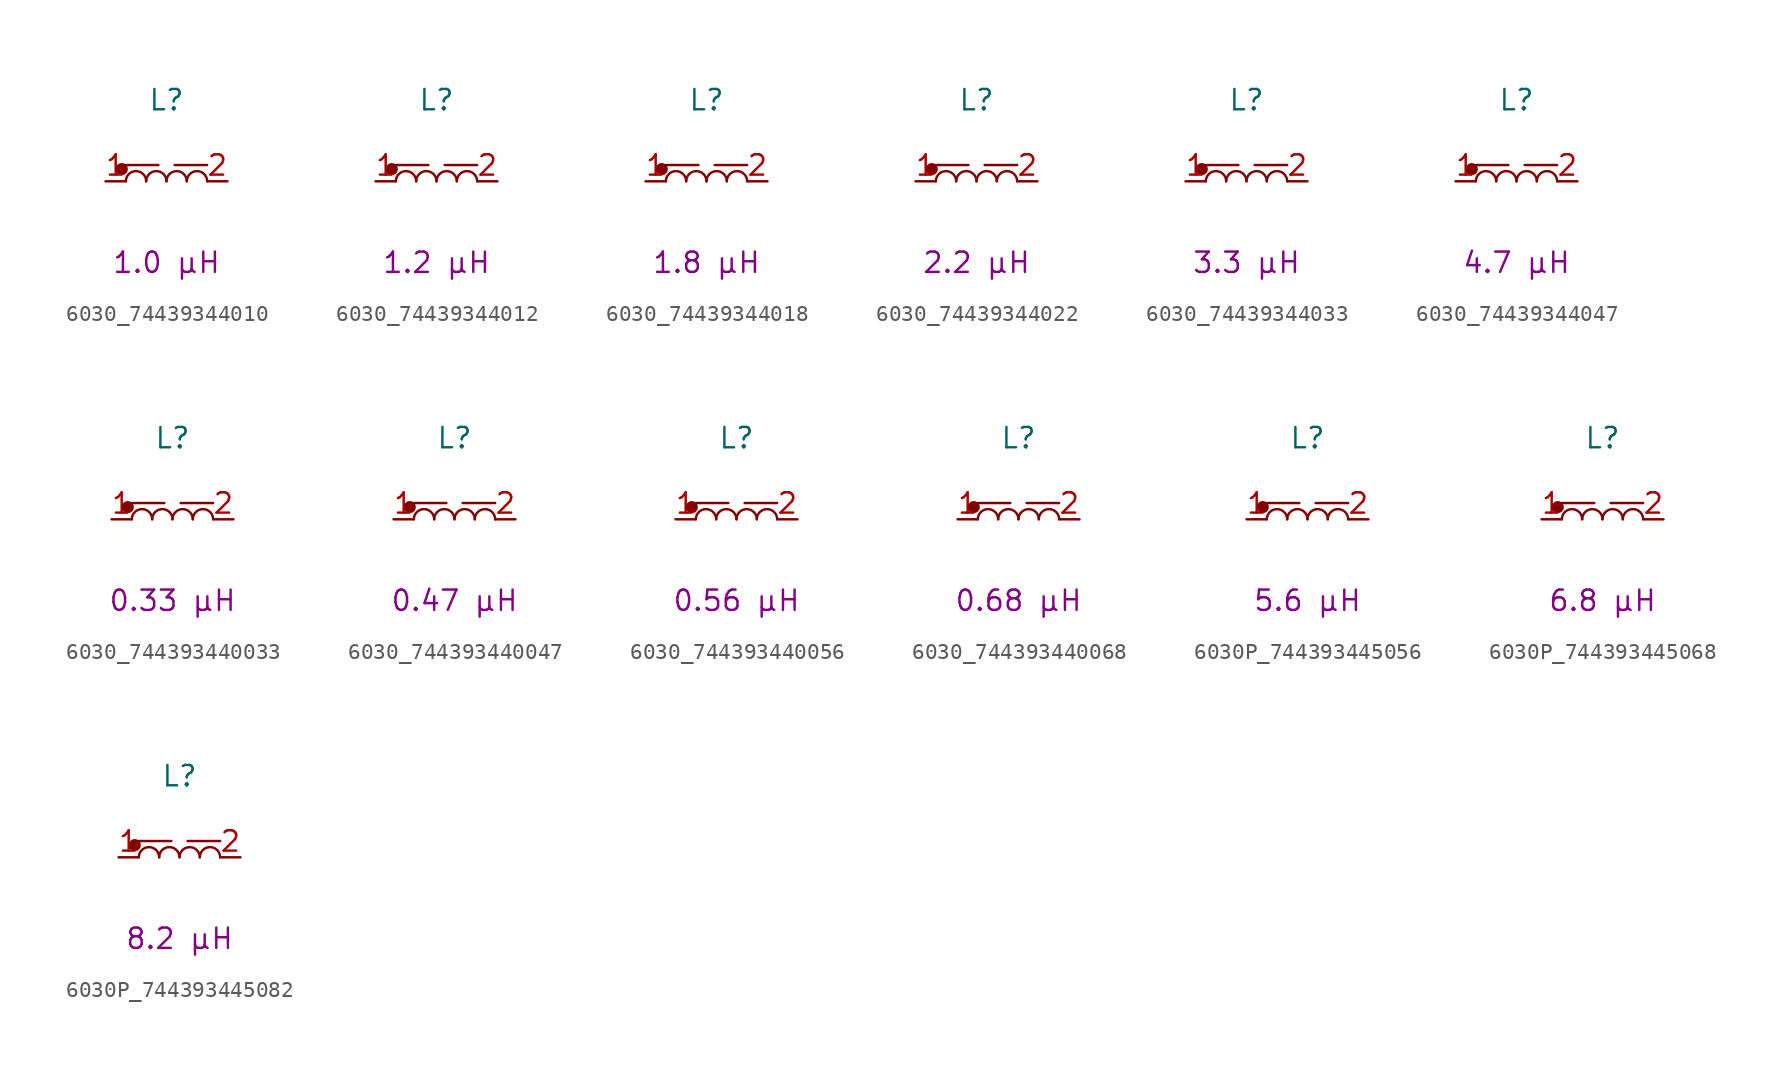
<source format=kicad_sym>
(kicad_symbol_lib
  (version 20220914)
  (generator kicad_symbol_editor)
  (symbol "6030_74439344010"
    (pin_names hide)
    (property "Reference" "L"
      (at 0 5.08 0)
      (effects (font (size 1.27 1.27))))
    (property "Critical Parameter" "1.0 µH"
      (at 0 -5.08 0)
      (effects (font (size 1.27 1.27))))
    (symbol "6030_74439344010_0_1"
      (arc (start -1.27 0) (mid -1.905 0.6323) (end -2.54 0) (stroke (width 0) (type default)) (fill (type none)))
      (arc (start 0 0) (mid -0.635 0.6323) (end -1.27 0) (stroke (width 0) (type default)) (fill (type none)))
      (polyline (pts (xy -2.54 1.016) (xy -0.508 1.016)) (stroke (width 0) (type default)) (fill (type none)))
      (arc (start 1.27 0) (mid 0.635 0.6323) (end 0 0) (stroke (width 0) (type default)) (fill (type none)))
      (arc (start 2.54 0) (mid 1.905 0.6323) (end 1.27 0) (stroke (width 0) (type default)) (fill (type none))))
    (symbol "6030_74439344010_1_1"
      (circle (center -2.794 0.762) (radius 0.0001) (stroke (width 0.381) (type default)) (fill (type none)))
      (polyline (pts (xy 2.54 1.016) (xy 0.508 1.016)) (stroke (width 0) (type default)) (fill (type none)))
      (pin passive line (at -3.81 0 0) (length 1.27) (name "1" (effects (font (size 1.27 1.27)))) (number "1" (effects (font (size 1.27 1.27)))))
      (pin passive line (at 3.81 0 180) (length 1.27) (name "2" (effects (font (size 1.27 1.27)))) (number "2" (effects (font (size 1.27 1.27)))))))
  (symbol "6030_74439344012"
    (pin_names hide)
    (property "Reference" "L"
      (at 0 5.08 0)
      (effects (font (size 1.27 1.27))))
    (property "Critical Parameter" "1.2 µH"
      (at 0 -5.08 0)
      (effects (font (size 1.27 1.27))))
    (symbol "6030_74439344012_0_1"
      (arc (start -1.27 0) (mid -1.905 0.6323) (end -2.54 0) (stroke (width 0) (type default)) (fill (type none)))
      (arc (start 0 0) (mid -0.635 0.6323) (end -1.27 0) (stroke (width 0) (type default)) (fill (type none)))
      (polyline (pts (xy -2.54 1.016) (xy -0.508 1.016)) (stroke (width 0) (type default)) (fill (type none)))
      (arc (start 1.27 0) (mid 0.635 0.6323) (end 0 0) (stroke (width 0) (type default)) (fill (type none)))
      (arc (start 2.54 0) (mid 1.905 0.6323) (end 1.27 0) (stroke (width 0) (type default)) (fill (type none))))
    (symbol "6030_74439344012_1_1"
      (circle (center -2.794 0.762) (radius 0.0001) (stroke (width 0.381) (type default)) (fill (type none)))
      (polyline (pts (xy 2.54 1.016) (xy 0.508 1.016)) (stroke (width 0) (type default)) (fill (type none)))
      (pin passive line (at -3.81 0 0) (length 1.27) (name "1" (effects (font (size 1.27 1.27)))) (number "1" (effects (font (size 1.27 1.27)))))
      (pin passive line (at 3.81 0 180) (length 1.27) (name "2" (effects (font (size 1.27 1.27)))) (number "2" (effects (font (size 1.27 1.27)))))))
  (symbol "6030_74439344018"
    (pin_names hide)
    (property "Reference" "L"
      (at 0 5.08 0)
      (effects (font (size 1.27 1.27))))
    (property "Critical Parameter" "1.8 µH"
      (at 0 -5.08 0)
      (effects (font (size 1.27 1.27))))
    (symbol "6030_74439344018_0_1"
      (arc (start -1.27 0) (mid -1.905 0.6323) (end -2.54 0) (stroke (width 0) (type default)) (fill (type none)))
      (arc (start 0 0) (mid -0.635 0.6323) (end -1.27 0) (stroke (width 0) (type default)) (fill (type none)))
      (polyline (pts (xy -2.54 1.016) (xy -0.508 1.016)) (stroke (width 0) (type default)) (fill (type none)))
      (arc (start 1.27 0) (mid 0.635 0.6323) (end 0 0) (stroke (width 0) (type default)) (fill (type none)))
      (arc (start 2.54 0) (mid 1.905 0.6323) (end 1.27 0) (stroke (width 0) (type default)) (fill (type none))))
    (symbol "6030_74439344018_1_1"
      (circle (center -2.794 0.762) (radius 0.0001) (stroke (width 0.381) (type default)) (fill (type none)))
      (polyline (pts (xy 2.54 1.016) (xy 0.508 1.016)) (stroke (width 0) (type default)) (fill (type none)))
      (pin passive line (at -3.81 0 0) (length 1.27) (name "1" (effects (font (size 1.27 1.27)))) (number "1" (effects (font (size 1.27 1.27)))))
      (pin passive line (at 3.81 0 180) (length 1.27) (name "2" (effects (font (size 1.27 1.27)))) (number "2" (effects (font (size 1.27 1.27)))))))
  (symbol "6030_74439344022"
    (pin_names hide)
    (property "Reference" "L"
      (at 0 5.08 0)
      (effects (font (size 1.27 1.27))))
    (property "Critical Parameter" "2.2 µH"
      (at 0 -5.08 0)
      (effects (font (size 1.27 1.27))))
    (symbol "6030_74439344022_0_1"
      (arc (start -1.27 0) (mid -1.905 0.6323) (end -2.54 0) (stroke (width 0) (type default)) (fill (type none)))
      (arc (start 0 0) (mid -0.635 0.6323) (end -1.27 0) (stroke (width 0) (type default)) (fill (type none)))
      (polyline (pts (xy -2.54 1.016) (xy -0.508 1.016)) (stroke (width 0) (type default)) (fill (type none)))
      (arc (start 1.27 0) (mid 0.635 0.6323) (end 0 0) (stroke (width 0) (type default)) (fill (type none)))
      (arc (start 2.54 0) (mid 1.905 0.6323) (end 1.27 0) (stroke (width 0) (type default)) (fill (type none))))
    (symbol "6030_74439344022_1_1"
      (circle (center -2.794 0.762) (radius 0.0001) (stroke (width 0.381) (type default)) (fill (type none)))
      (polyline (pts (xy 2.54 1.016) (xy 0.508 1.016)) (stroke (width 0) (type default)) (fill (type none)))
      (pin passive line (at -3.81 0 0) (length 1.27) (name "1" (effects (font (size 1.27 1.27)))) (number "1" (effects (font (size 1.27 1.27)))))
      (pin passive line (at 3.81 0 180) (length 1.27) (name "2" (effects (font (size 1.27 1.27)))) (number "2" (effects (font (size 1.27 1.27)))))))
  (symbol "6030_74439344033"
    (pin_names hide)
    (property "Reference" "L"
      (at 0 5.08 0)
      (effects (font (size 1.27 1.27))))
    (property "Critical Parameter" "3.3 µH"
      (at 0 -5.08 0)
      (effects (font (size 1.27 1.27))))
    (symbol "6030_74439344033_0_1"
      (arc (start -1.27 0) (mid -1.905 0.6323) (end -2.54 0) (stroke (width 0) (type default)) (fill (type none)))
      (arc (start 0 0) (mid -0.635 0.6323) (end -1.27 0) (stroke (width 0) (type default)) (fill (type none)))
      (polyline (pts (xy -2.54 1.016) (xy -0.508 1.016)) (stroke (width 0) (type default)) (fill (type none)))
      (arc (start 1.27 0) (mid 0.635 0.6323) (end 0 0) (stroke (width 0) (type default)) (fill (type none)))
      (arc (start 2.54 0) (mid 1.905 0.6323) (end 1.27 0) (stroke (width 0) (type default)) (fill (type none))))
    (symbol "6030_74439344033_1_1"
      (circle (center -2.794 0.762) (radius 0.0001) (stroke (width 0.381) (type default)) (fill (type none)))
      (polyline (pts (xy 2.54 1.016) (xy 0.508 1.016)) (stroke (width 0) (type default)) (fill (type none)))
      (pin passive line (at -3.81 0 0) (length 1.27) (name "1" (effects (font (size 1.27 1.27)))) (number "1" (effects (font (size 1.27 1.27)))))
      (pin passive line (at 3.81 0 180) (length 1.27) (name "2" (effects (font (size 1.27 1.27)))) (number "2" (effects (font (size 1.27 1.27)))))))
  (symbol "6030_74439344047"
    (pin_names hide)
    (property "Reference" "L"
      (at 0 5.08 0)
      (effects (font (size 1.27 1.27))))
    (property "Critical Parameter" "4.7 µH"
      (at 0 -5.08 0)
      (effects (font (size 1.27 1.27))))
    (symbol "6030_74439344047_0_1"
      (arc (start -1.27 0) (mid -1.905 0.6323) (end -2.54 0) (stroke (width 0) (type default)) (fill (type none)))
      (arc (start 0 0) (mid -0.635 0.6323) (end -1.27 0) (stroke (width 0) (type default)) (fill (type none)))
      (polyline (pts (xy -2.54 1.016) (xy -0.508 1.016)) (stroke (width 0) (type default)) (fill (type none)))
      (arc (start 1.27 0) (mid 0.635 0.6323) (end 0 0) (stroke (width 0) (type default)) (fill (type none)))
      (arc (start 2.54 0) (mid 1.905 0.6323) (end 1.27 0) (stroke (width 0) (type default)) (fill (type none))))
    (symbol "6030_74439344047_1_1"
      (circle (center -2.794 0.762) (radius 0.0001) (stroke (width 0.381) (type default)) (fill (type none)))
      (polyline (pts (xy 2.54 1.016) (xy 0.508 1.016)) (stroke (width 0) (type default)) (fill (type none)))
      (pin passive line (at -3.81 0 0) (length 1.27) (name "1" (effects (font (size 1.27 1.27)))) (number "1" (effects (font (size 1.27 1.27)))))
      (pin passive line (at 3.81 0 180) (length 1.27) (name "2" (effects (font (size 1.27 1.27)))) (number "2" (effects (font (size 1.27 1.27)))))))
  (symbol "6030_744393440033"
    (pin_names hide)
    (property "Reference" "L"
      (at 0 5.08 0)
      (effects (font (size 1.27 1.27))))
    (property "Critical Parameter" "0.33 µH"
      (at 0 -5.08 0)
      (effects (font (size 1.27 1.27))))
    (symbol "6030_744393440033_0_1"
      (arc (start -1.27 0) (mid -1.905 0.6323) (end -2.54 0) (stroke (width 0) (type default)) (fill (type none)))
      (arc (start 0 0) (mid -0.635 0.6323) (end -1.27 0) (stroke (width 0) (type default)) (fill (type none)))
      (polyline (pts (xy -2.54 1.016) (xy -0.508 1.016)) (stroke (width 0) (type default)) (fill (type none)))
      (arc (start 1.27 0) (mid 0.635 0.6323) (end 0 0) (stroke (width 0) (type default)) (fill (type none)))
      (arc (start 2.54 0) (mid 1.905 0.6323) (end 1.27 0) (stroke (width 0) (type default)) (fill (type none))))
    (symbol "6030_744393440033_1_1"
      (circle (center -2.794 0.762) (radius 0.0001) (stroke (width 0.381) (type default)) (fill (type none)))
      (polyline (pts (xy 2.54 1.016) (xy 0.508 1.016)) (stroke (width 0) (type default)) (fill (type none)))
      (pin passive line (at -3.81 0 0) (length 1.27) (name "1" (effects (font (size 1.27 1.27)))) (number "1" (effects (font (size 1.27 1.27)))))
      (pin passive line (at 3.81 0 180) (length 1.27) (name "2" (effects (font (size 1.27 1.27)))) (number "2" (effects (font (size 1.27 1.27)))))))
  (symbol "6030_744393440047"
    (pin_names hide)
    (property "Reference" "L"
      (at 0 5.08 0)
      (effects (font (size 1.27 1.27))))
    (property "Critical Parameter" "0.47 µH"
      (at 0 -5.08 0)
      (effects (font (size 1.27 1.27))))
    (symbol "6030_744393440047_0_1"
      (arc (start -1.27 0) (mid -1.905 0.6323) (end -2.54 0) (stroke (width 0) (type default)) (fill (type none)))
      (arc (start 0 0) (mid -0.635 0.6323) (end -1.27 0) (stroke (width 0) (type default)) (fill (type none)))
      (polyline (pts (xy -2.54 1.016) (xy -0.508 1.016)) (stroke (width 0) (type default)) (fill (type none)))
      (arc (start 1.27 0) (mid 0.635 0.6323) (end 0 0) (stroke (width 0) (type default)) (fill (type none)))
      (arc (start 2.54 0) (mid 1.905 0.6323) (end 1.27 0) (stroke (width 0) (type default)) (fill (type none))))
    (symbol "6030_744393440047_1_1"
      (circle (center -2.794 0.762) (radius 0.0001) (stroke (width 0.381) (type default)) (fill (type none)))
      (polyline (pts (xy 2.54 1.016) (xy 0.508 1.016)) (stroke (width 0) (type default)) (fill (type none)))
      (pin passive line (at -3.81 0 0) (length 1.27) (name "1" (effects (font (size 1.27 1.27)))) (number "1" (effects (font (size 1.27 1.27)))))
      (pin passive line (at 3.81 0 180) (length 1.27) (name "2" (effects (font (size 1.27 1.27)))) (number "2" (effects (font (size 1.27 1.27)))))))
  (symbol "6030_744393440056"
    (pin_names hide)
    (property "Reference" "L"
      (at 0 5.08 0)
      (effects (font (size 1.27 1.27))))
    (property "Critical Parameter" "0.56 µH"
      (at 0 -5.08 0)
      (effects (font (size 1.27 1.27))))
    (symbol "6030_744393440056_0_1"
      (arc (start -1.27 0) (mid -1.905 0.6323) (end -2.54 0) (stroke (width 0) (type default)) (fill (type none)))
      (arc (start 0 0) (mid -0.635 0.6323) (end -1.27 0) (stroke (width 0) (type default)) (fill (type none)))
      (polyline (pts (xy -2.54 1.016) (xy -0.508 1.016)) (stroke (width 0) (type default)) (fill (type none)))
      (arc (start 1.27 0) (mid 0.635 0.6323) (end 0 0) (stroke (width 0) (type default)) (fill (type none)))
      (arc (start 2.54 0) (mid 1.905 0.6323) (end 1.27 0) (stroke (width 0) (type default)) (fill (type none))))
    (symbol "6030_744393440056_1_1"
      (circle (center -2.794 0.762) (radius 0.0001) (stroke (width 0.381) (type default)) (fill (type none)))
      (polyline (pts (xy 2.54 1.016) (xy 0.508 1.016)) (stroke (width 0) (type default)) (fill (type none)))
      (pin passive line (at -3.81 0 0) (length 1.27) (name "1" (effects (font (size 1.27 1.27)))) (number "1" (effects (font (size 1.27 1.27)))))
      (pin passive line (at 3.81 0 180) (length 1.27) (name "2" (effects (font (size 1.27 1.27)))) (number "2" (effects (font (size 1.27 1.27)))))))
  (symbol "6030_744393440068"
    (pin_names hide)
    (property "Reference" "L"
      (at 0 5.08 0)
      (effects (font (size 1.27 1.27))))
    (property "Critical Parameter" "0.68 µH"
      (at 0 -5.08 0)
      (effects (font (size 1.27 1.27))))
    (symbol "6030_744393440068_0_1"
      (arc (start -1.27 0) (mid -1.905 0.6323) (end -2.54 0) (stroke (width 0) (type default)) (fill (type none)))
      (arc (start 0 0) (mid -0.635 0.6323) (end -1.27 0) (stroke (width 0) (type default)) (fill (type none)))
      (polyline (pts (xy -2.54 1.016) (xy -0.508 1.016)) (stroke (width 0) (type default)) (fill (type none)))
      (arc (start 1.27 0) (mid 0.635 0.6323) (end 0 0) (stroke (width 0) (type default)) (fill (type none)))
      (arc (start 2.54 0) (mid 1.905 0.6323) (end 1.27 0) (stroke (width 0) (type default)) (fill (type none))))
    (symbol "6030_744393440068_1_1"
      (circle (center -2.794 0.762) (radius 0.0001) (stroke (width 0.381) (type default)) (fill (type none)))
      (polyline (pts (xy 2.54 1.016) (xy 0.508 1.016)) (stroke (width 0) (type default)) (fill (type none)))
      (pin passive line (at -3.81 0 0) (length 1.27) (name "1" (effects (font (size 1.27 1.27)))) (number "1" (effects (font (size 1.27 1.27)))))
      (pin passive line (at 3.81 0 180) (length 1.27) (name "2" (effects (font (size 1.27 1.27)))) (number "2" (effects (font (size 1.27 1.27)))))))
  (symbol "6030P_744393445056"
    (pin_names hide)
    (property "Reference" "L"
      (at 0 5.08 0)
      (effects (font (size 1.27 1.27))))
    (property "Critical Parameter" "5.6 µH"
      (at 0 -5.08 0)
      (effects (font (size 1.27 1.27))))
    (symbol "6030P_744393445056_0_1"
      (arc (start -1.27 0) (mid -1.905 0.6323) (end -2.54 0) (stroke (width 0) (type default)) (fill (type none)))
      (arc (start 0 0) (mid -0.635 0.6323) (end -1.27 0) (stroke (width 0) (type default)) (fill (type none)))
      (polyline (pts (xy -2.54 1.016) (xy -0.508 1.016)) (stroke (width 0) (type default)) (fill (type none)))
      (arc (start 1.27 0) (mid 0.635 0.6323) (end 0 0) (stroke (width 0) (type default)) (fill (type none)))
      (arc (start 2.54 0) (mid 1.905 0.6323) (end 1.27 0) (stroke (width 0) (type default)) (fill (type none))))
    (symbol "6030P_744393445056_1_1"
      (circle (center -2.794 0.762) (radius 0.0001) (stroke (width 0.381) (type default)) (fill (type none)))
      (polyline (pts (xy 2.54 1.016) (xy 0.508 1.016)) (stroke (width 0) (type default)) (fill (type none)))
      (pin passive line (at -3.81 0 0) (length 1.27) (name "1" (effects (font (size 1.27 1.27)))) (number "1" (effects (font (size 1.27 1.27)))))
      (pin passive line (at 3.81 0 180) (length 1.27) (name "2" (effects (font (size 1.27 1.27)))) (number "2" (effects (font (size 1.27 1.27)))))))
  (symbol "6030P_744393445068"
    (pin_names hide)
    (property "Reference" "L"
      (at 0 5.08 0)
      (effects (font (size 1.27 1.27))))
    (property "Critical Parameter" "6.8 µH"
      (at 0 -5.08 0)
      (effects (font (size 1.27 1.27))))
    (symbol "6030P_744393445068_0_1"
      (arc (start -1.27 0) (mid -1.905 0.6323) (end -2.54 0) (stroke (width 0) (type default)) (fill (type none)))
      (arc (start 0 0) (mid -0.635 0.6323) (end -1.27 0) (stroke (width 0) (type default)) (fill (type none)))
      (polyline (pts (xy -2.54 1.016) (xy -0.508 1.016)) (stroke (width 0) (type default)) (fill (type none)))
      (arc (start 1.27 0) (mid 0.635 0.6323) (end 0 0) (stroke (width 0) (type default)) (fill (type none)))
      (arc (start 2.54 0) (mid 1.905 0.6323) (end 1.27 0) (stroke (width 0) (type default)) (fill (type none))))
    (symbol "6030P_744393445068_1_1"
      (circle (center -2.794 0.762) (radius 0.0001) (stroke (width 0.381) (type default)) (fill (type none)))
      (polyline (pts (xy 2.54 1.016) (xy 0.508 1.016)) (stroke (width 0) (type default)) (fill (type none)))
      (pin passive line (at -3.81 0 0) (length 1.27) (name "1" (effects (font (size 1.27 1.27)))) (number "1" (effects (font (size 1.27 1.27)))))
      (pin passive line (at 3.81 0 180) (length 1.27) (name "2" (effects (font (size 1.27 1.27)))) (number "2" (effects (font (size 1.27 1.27)))))))
  (symbol "6030P_744393445082"
    (pin_names hide)
    (property "Reference" "L"
      (at 0 5.08 0)
      (effects (font (size 1.27 1.27))))
    (property "Critical Parameter" "8.2 µH"
      (at 0 -5.08 0)
      (effects (font (size 1.27 1.27))))
    (symbol "6030P_744393445082_0_1"
      (arc (start -1.27 0) (mid -1.905 0.6323) (end -2.54 0) (stroke (width 0) (type default)) (fill (type none)))
      (arc (start 0 0) (mid -0.635 0.6323) (end -1.27 0) (stroke (width 0) (type default)) (fill (type none)))
      (polyline (pts (xy -2.54 1.016) (xy -0.508 1.016)) (stroke (width 0) (type default)) (fill (type none)))
      (arc (start 1.27 0) (mid 0.635 0.6323) (end 0 0) (stroke (width 0) (type default)) (fill (type none)))
      (arc (start 2.54 0) (mid 1.905 0.6323) (end 1.27 0) (stroke (width 0) (type default)) (fill (type none))))
    (symbol "6030P_744393445082_1_1"
      (circle (center -2.794 0.762) (radius 0.0001) (stroke (width 0.381) (type default)) (fill (type none)))
      (polyline (pts (xy 2.54 1.016) (xy 0.508 1.016)) (stroke (width 0) (type default)) (fill (type none)))
      (pin passive line (at -3.81 0 0) (length 1.27) (name "1" (effects (font (size 1.27 1.27)))) (number "1" (effects (font (size 1.27 1.27)))))
      (pin passive line (at 3.81 0 180) (length 1.27) (name "2" (effects (font (size 1.27 1.27)))) (number "2" (effects (font (size 1.27 1.27))))))))
</source>
